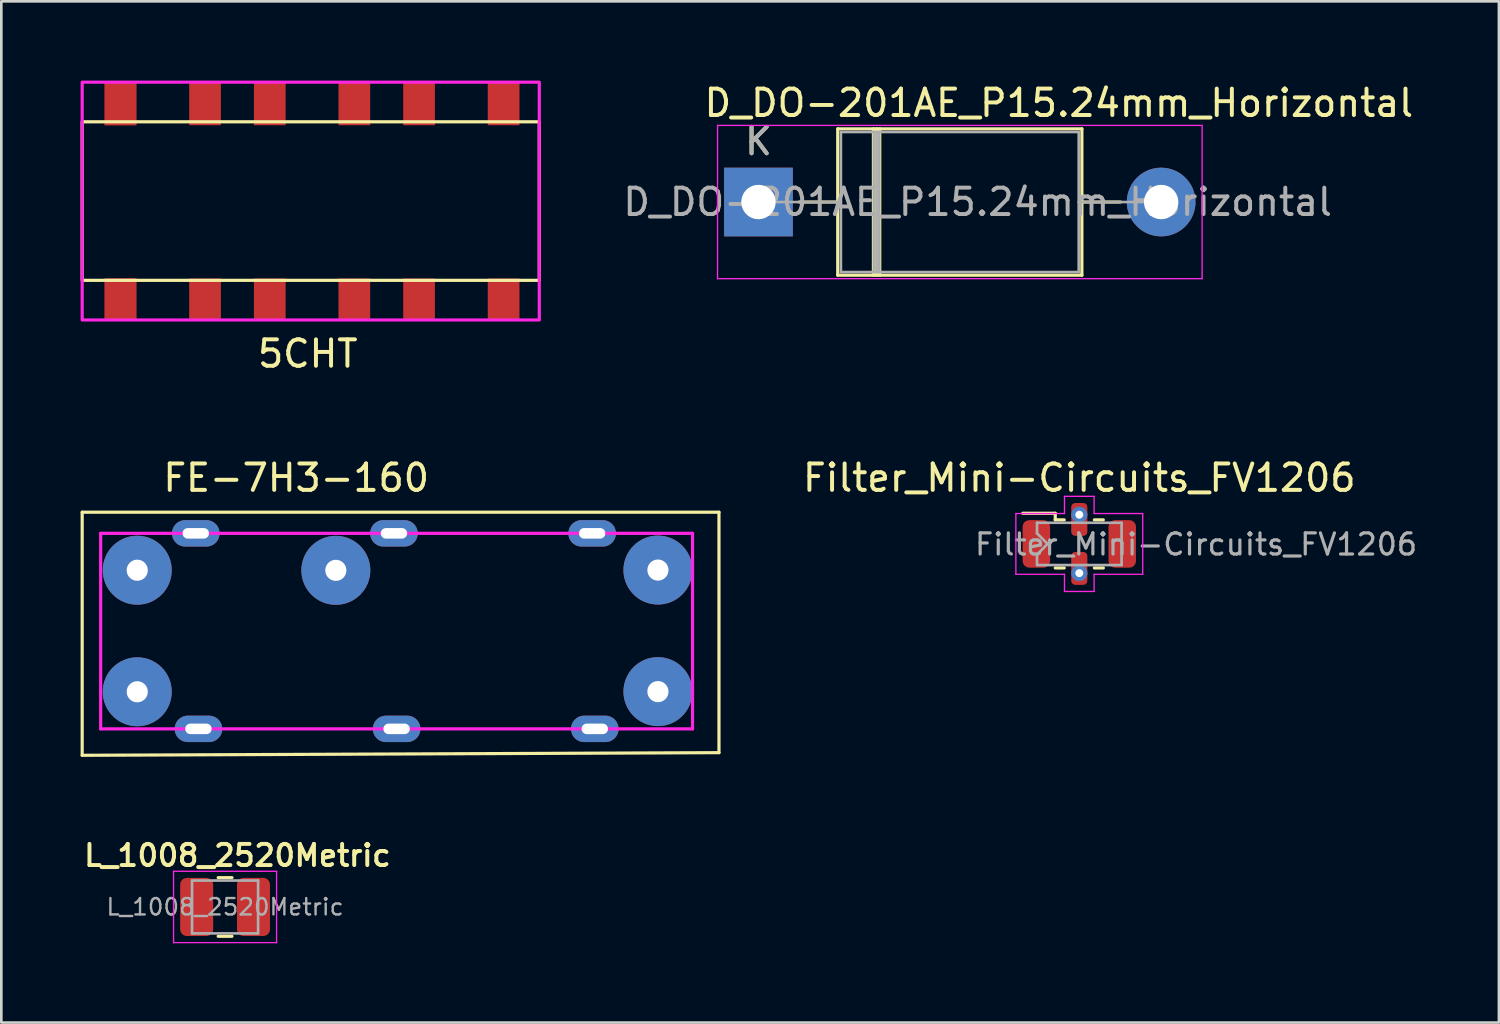
<source format=kicad_pcb>
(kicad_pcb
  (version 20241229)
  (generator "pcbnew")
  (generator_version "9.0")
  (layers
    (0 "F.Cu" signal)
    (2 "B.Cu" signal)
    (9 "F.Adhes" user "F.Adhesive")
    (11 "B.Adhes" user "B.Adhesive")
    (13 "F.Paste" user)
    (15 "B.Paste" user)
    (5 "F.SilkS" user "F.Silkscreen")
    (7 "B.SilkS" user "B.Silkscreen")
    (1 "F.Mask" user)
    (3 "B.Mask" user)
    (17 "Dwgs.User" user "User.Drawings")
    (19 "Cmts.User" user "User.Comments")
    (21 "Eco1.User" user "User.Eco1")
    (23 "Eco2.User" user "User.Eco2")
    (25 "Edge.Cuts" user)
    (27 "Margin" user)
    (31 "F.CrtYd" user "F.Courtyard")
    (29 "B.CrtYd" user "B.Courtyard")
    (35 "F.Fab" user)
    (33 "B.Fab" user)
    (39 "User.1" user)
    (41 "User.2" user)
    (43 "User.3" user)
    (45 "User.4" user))
  (footprint "5CHT"
    (layer "F.Cu")
    (at 8.76 4.56)
    (property "Reference" "5CHT" (at -0.162 5.778 180) (layer "F.SilkS") (effects (font (size 1 1) (thickness 0.15))))
    (attr through_hole)
    (fp_rect (start -8.7 -3) (end 8.6 3) (stroke (width 0.12) (type solid)) (fill no) (layer "F.SilkS"))
    (fp_rect (start -8.7 -4.5) (end 8.6 4.5) (stroke (width 0.12) (type solid)) (fill no) (layer "F.CrtYd"))
    (pad "1" smd rect (at -7.25 -3.67) (size 1.2 1.6) (layers "F.Cu" "F.Mask" "F.Paste"))
    (pad "1" smd rect (at -7.25 -3.67) (size 1.2 1.6) (layers "F.Cu" "F.Mask" "F.Paste"))
    (pad "2" smd rect (at -7.25 3.73) (size 1.2 1.6) (layers "F.Cu" "F.Mask" "F.Paste"))
    (pad "2" smd rect (at -7.25 3.73) (size 1.2 1.6) (layers "F.Cu" "F.Mask" "F.Paste"))
    (pad "7" smd rect (at 7.25 3.73) (size 1.2 1.6) (layers "F.Cu" "F.Mask" "F.Paste"))
    (pad "8" smd rect (at 7.25 -3.67) (size 1.2 1.6) (layers "F.Cu" "F.Mask" "F.Paste"))
    (pad "GND" smd rect (at -4.05 -3.67) (size 1.2 1.6) (layers "F.Cu" "F.Mask" "F.Paste"))
    (pad "GND" smd rect (at -4.05 3.73) (size 1.2 1.6) (layers "F.Cu" "F.Mask" "F.Paste"))
    (pad "GND" smd rect (at -1.6 -3.67) (size 1.2 1.6) (layers "F.Cu" "F.Mask" "F.Paste"))
    (pad "GND" smd rect (at -1.6 3.73) (size 1.2 1.6) (layers "F.Cu" "F.Mask" "F.Paste"))
    (pad "GND" smd rect (at 1.6 -3.67) (size 1.2 1.6) (layers "F.Cu" "F.Mask" "F.Paste"))
    (pad "GND" smd rect (at 1.6 3.73) (size 1.2 1.6) (layers "F.Cu" "F.Mask" "F.Paste"))
    (pad "GND" smd rect (at 4.05 -3.67) (size 1.2 1.6) (layers "F.Cu" "F.Mask" "F.Paste"))
    (pad "GND" smd rect (at 4.05 3.73) (size 1.2 1.6) (layers "F.Cu" "F.Mask" "F.Paste")))
  (footprint "L_1008_2520Metric"
    (layer "F.Cu")
    (at 5.468 31.275)
    (property "Reference" "L_1008_2520Metric" (at 0.468 -1.949 0) (layer "F.SilkS") (effects (font (size 0.8 0.8) (thickness 0.15))))
    (attr smd)
    (fp_line (start -0.261 -1.11) (end 0.261 -1.11) (stroke (width 0.12) (type solid)) (layer "F.SilkS"))
    (fp_line (start -0.261 1.11) (end 0.261 1.11) (stroke (width 0.12) (type solid)) (layer "F.SilkS"))
    (fp_line (start -1.95 -1.35) (end 1.95 -1.35) (stroke (width 0.05) (type solid)) (layer "F.CrtYd"))
    (fp_line (start -1.95 1.35) (end -1.95 -1.35) (stroke (width 0.05) (type solid)) (layer "F.CrtYd"))
    (fp_line (start 1.95 -1.35) (end 1.95 1.35) (stroke (width 0.05) (type solid)) (layer "F.CrtYd"))
    (fp_line (start 1.95 1.35) (end -1.95 1.35) (stroke (width 0.05) (type solid)) (layer "F.CrtYd"))
    (fp_line (start -1.25 -1) (end 1.25 -1) (stroke (width 0.1) (type solid)) (layer "F.Fab"))
    (fp_line (start -1.25 1) (end -1.25 -1) (stroke (width 0.1) (type solid)) (layer "F.Fab"))
    (fp_line (start 1.25 -1) (end 1.25 1) (stroke (width 0.1) (type solid)) (layer "F.Fab"))
    (fp_line (start 1.25 1) (end -1.25 1) (stroke (width 0.1) (type solid)) (layer "F.Fab"))
    (fp_text user "${REFERENCE}" (at 0 0 0) (layer "F.Fab") (effects (font (size 0.62 0.62) (thickness 0.09))))
    (pad "1" smd roundrect (at -1.075 0) (size 1.25 2.2) (layers "F.Cu" "F.Mask" "F.Paste") (roundrect_rratio 0.2))
    (pad "2" smd roundrect (at 1.075 0) (size 1.25 2.2) (layers "F.Cu" "F.Mask" "F.Paste") (roundrect_rratio 0.2)))
  (footprint "Filter_Mini-Circuits_FV1206"
    (placed yes)
    (layer "F.Cu")
    (at 37.797 17.535)
    (property "Reference" "Filter_Mini-Circuits_FV1206" (at 0 -2.5 180) (layer "F.SilkS") (effects (font (size 1 1) (thickness 0.15))))
    (attr smd)
    (fp_line (start -0.91 -1.16) (end -2.14 -1.16) (stroke (width 0.12) (type solid)) (layer "F.SilkS"))
    (fp_line (start -0.91 -0.91) (end -0.91 -1.16) (stroke (width 0.12) (type solid)) (layer "F.SilkS"))
    (fp_line (start -0.91 -0.91) (end -0.57 -0.91) (stroke (width 0.12) (type solid)) (layer "F.SilkS"))
    (fp_line (start -0.91 0.91) (end -0.57 0.91) (stroke (width 0.12) (type solid)) (layer "F.SilkS"))
    (fp_line (start 0.57 -0.91) (end 0.91 -0.91) (stroke (width 0.12) (type solid)) (layer "F.SilkS"))
    (fp_line (start 0.57 0.91) (end 0.91 0.91) (stroke (width 0.12) (type solid)) (layer "F.SilkS"))
    (fp_line (start -2.4 -1.15) (end -2.4 1.15) (stroke (width 0.05) (type solid)) (layer "F.CrtYd"))
    (fp_line (start -2.4 1.15) (end -0.56 1.15) (stroke (width 0.05) (type solid)) (layer "F.CrtYd"))
    (fp_line (start -0.56 -1.15) (end -2.4 -1.15) (stroke (width 0.05) (type solid)) (layer "F.CrtYd"))
    (fp_line (start -0.56 -1.15) (end -0.56 -1.8) (stroke (width 0.05) (type solid)) (layer "F.CrtYd"))
    (fp_line (start -0.56 1.8) (end -0.56 1.15) (stroke (width 0.05) (type solid)) (layer "F.CrtYd"))
    (fp_line (start 0.56 -1.8) (end -0.56 -1.8) (stroke (width 0.05) (type solid)) (layer "F.CrtYd"))
    (fp_line (start 0.56 -1.15) (end 0.56 -1.8) (stroke (width 0.05) (type solid)) (layer "F.CrtYd"))
    (fp_line (start 0.56 -1.15) (end 2.4 -1.15) (stroke (width 0.05) (type solid)) (layer "F.CrtYd"))
    (fp_line (start 0.56 1.8) (end -0.56 1.8) (stroke (width 0.05) (type solid)) (layer "F.CrtYd"))
    (fp_line (start 0.56 1.8) (end 0.56 1.15) (stroke (width 0.05) (type solid)) (layer "F.CrtYd"))
    (fp_line (start 2.4 -1.15) (end 2.4 1.15) (stroke (width 0.05) (type solid)) (layer "F.CrtYd"))
    (fp_line (start 2.4 1.15) (end 0.56 1.15) (stroke (width 0.05) (type solid)) (layer "F.CrtYd"))
    (fp_line (start -1.6 -0.8) (end -1.6 -0.4) (stroke (width 0.1) (type solid)) (layer "F.Fab"))
    (fp_line (start -1.6 -0.8) (end 1.6 -0.8) (stroke (width 0.1) (type solid)) (layer "F.Fab"))
    (fp_line (start -1.6 0.8) (end -1.6 0.4) (stroke (width 0.1) (type solid)) (layer "F.Fab"))
    (fp_line (start -1.2 0) (end -1.6 -0.4) (stroke (width 0.1) (type solid)) (layer "F.Fab"))
    (fp_line (start -1.2 0) (end -1.6 0.4) (stroke (width 0.1) (type solid)) (layer "F.Fab"))
    (fp_line (start 1.6 -0.8) (end 1.6 0.8) (stroke (width 0.1) (type solid)) (layer "F.Fab"))
    (fp_line (start 1.6 0.8) (end -1.6 0.8) (stroke (width 0.1) (type solid)) (layer "F.Fab"))
    (fp_text user "${REFERENCE}" (at 4.419 0.018 180) (layer "F.Fab") (effects (font (size 0.8 0.8) (thickness 0.12))))
    (pad "1" smd roundrect (at -1.625 0) (size 1.04 1.8) (layers "F.Cu" "F.Mask" "F.Paste") (roundrect_rratio 0.24))
    (pad "2" smd roundrect (at 0 0.927) (size 0.61 1.245) (layers "F.Cu" "F.Mask" "F.Paste") (roundrect_rratio 0.25))
    (pad "2" thru_hole circle (at 0 1.105) (size 0.61 0.61) (drill 0.3) (layers "*.Cu" "*.Mask"))
    (pad "3" smd roundrect (at 1.625 0) (size 1.04 1.8) (layers "F.Cu" "F.Mask" "F.Paste") (roundrect_rratio 0.24))
    (pad "4" thru_hole circle (at 0 -1.105) (size 0.61 0.61) (drill 0.3) (layers "*.Cu" "*.Mask"))
    (pad "4" smd roundrect (at 0 -0.927) (size 0.61 1.245) (layers "F.Cu" "F.Mask" "F.Paste") (roundrect_rratio 0.25)))
  (footprint "FE-7H3-160"
    (placed yes)
    (layer "F.Cu")
    (at 11.044 20.631)
    (property "Reference" "FE-7H3-160" (at -2.884 -5.596 0) (layer "F.SilkS") (effects (font (size 1 1) (thickness 0.15))))
    (attr through_hole)
    (fp_line (start -10.984 -4.296) (end -10.984 4.904) (stroke (width 0.12) (type solid)) (layer "F.SilkS"))
    (fp_line (start -10.984 4.904) (end 13.116 4.804) (stroke (width 0.12) (type solid)) (layer "F.SilkS"))
    (fp_line (start 13.116 -4.296) (end -10.984 -4.296) (stroke (width 0.12) (type solid)) (layer "F.SilkS"))
    (fp_line (start 13.116 4.804) (end 13.116 -4.296) (stroke (width 0.12) (type solid)) (layer "F.SilkS"))
    (fp_line (start -10.284 -3.496) (end 12.116 -3.496) (stroke (width 0.12) (type solid)) (layer "F.CrtYd"))
    (fp_line (start -10.284 3.904) (end -10.284 -3.496) (stroke (width 0.12) (type solid)) (layer "F.CrtYd"))
    (fp_line (start 12.116 -3.496) (end 12.116 3.904) (stroke (width 0.12) (type solid)) (layer "F.CrtYd"))
    (fp_line (start 12.116 3.904) (end -10.284 3.904) (stroke (width 0.12) (type solid)) (layer "F.CrtYd"))
    (pad "1" thru_hole circle (at -8.9 2.5 180) (size 2.61 2.61) (drill 0.8) (layers "*.Cu" "*.Mask"))
    (pad "2" thru_hole circle (at 10.806 2.494 180) (size 2.61 2.61) (drill 0.8) (layers "*.Cu" "*.Mask"))
    (pad "3" thru_hole circle (at 10.806 -2.106 180) (size 2.61 2.61) (drill 0.8) (layers "*.Cu" "*.Mask"))
    (pad "5" thru_hole circle (at -8.9 -2.1 180) (size 2.61 2.61) (drill 0.8) (layers "*.Cu" "*.Mask"))
    (pad "GND" thru_hole oval (at -6.684 -3.496 180) (size 1.8 1) (drill oval 1 0.4) (layers "*.Cu" "*.Mask"))
    (pad "GND" thru_hole oval (at -6.584 3.904 180) (size 1.8 1) (drill oval 1 0.4) (layers "*.Cu" "*.Mask"))
    (pad "GND" thru_hole circle (at -1.384 -2.096 180) (size 2.61 2.61) (drill 0.8) (layers "*.Cu" "*.Mask"))
    (pad "GND" thru_hole oval (at 0.816 -3.496 180) (size 1.8 1) (drill oval 1 0.4) (layers "*.Cu" "*.Mask"))
    (pad "GND" thru_hole oval (at 0.916 3.904 180) (size 1.8 1) (drill oval 1 0.4) (layers "*.Cu" "*.Mask"))
    (pad "GND" thru_hole oval (at 8.316 -3.496 180) (size 1.8 1) (drill oval 1 0.4) (layers "*.Cu" "*.Mask"))
    (pad "GND" thru_hole oval (at 8.416 3.904 180) (size 1.8 1) (drill oval 1 0.4) (layers "*.Cu" "*.Mask")))
  (footprint "D_DO-201AE_P15.24mm_Horizontal"
    (layer "F.Cu")
    (at 25.655 4.596)
    (property "Reference" "D_DO-201AE_P15.24mm_Horizontal" (at 11.368 -3.748 180) (layer "F.SilkS") (effects (font (size 1 1) (thickness 0.15))))
    (attr through_hole)
    (fp_line (start 1.54 0) (end 3 0) (stroke (width 0.12) (type solid)) (layer "F.SilkS"))
    (fp_line (start 3 -2.77) (end 3 2.77) (stroke (width 0.12) (type solid)) (layer "F.SilkS"))
    (fp_line (start 3 2.77) (end 12.24 2.77) (stroke (width 0.12) (type solid)) (layer "F.SilkS"))
    (fp_line (start 4.35 -2.77) (end 4.35 2.77) (stroke (width 0.12) (type solid)) (layer "F.SilkS"))
    (fp_line (start 4.47 -2.77) (end 4.47 2.77) (stroke (width 0.12) (type solid)) (layer "F.SilkS"))
    (fp_line (start 4.59 -2.77) (end 4.59 2.77) (stroke (width 0.12) (type solid)) (layer "F.SilkS"))
    (fp_line (start 12.24 -2.77) (end 3 -2.77) (stroke (width 0.12) (type solid)) (layer "F.SilkS"))
    (fp_line (start 12.24 2.77) (end 12.24 -2.77) (stroke (width 0.12) (type solid)) (layer "F.SilkS"))
    (fp_line (start 13.7 0) (end 12.24 0) (stroke (width 0.12) (type solid)) (layer "F.SilkS"))
    (fp_line (start -1.55 -2.9) (end -1.55 2.9) (stroke (width 0.05) (type solid)) (layer "F.CrtYd"))
    (fp_line (start -1.55 2.9) (end 16.79 2.9) (stroke (width 0.05) (type solid)) (layer "F.CrtYd"))
    (fp_line (start 16.79 -2.9) (end -1.55 -2.9) (stroke (width 0.05) (type solid)) (layer "F.CrtYd"))
    (fp_line (start 16.79 2.9) (end 16.79 -2.9) (stroke (width 0.05) (type solid)) (layer "F.CrtYd"))
    (fp_line (start 0 0) (end 3.12 0) (stroke (width 0.1) (type solid)) (layer "F.Fab"))
    (fp_line (start 3.12 -2.65) (end 3.12 2.65) (stroke (width 0.1) (type solid)) (layer "F.Fab"))
    (fp_line (start 3.12 2.65) (end 12.12 2.65) (stroke (width 0.1) (type solid)) (layer "F.Fab"))
    (fp_line (start 4.37 -2.65) (end 4.37 2.65) (stroke (width 0.1) (type solid)) (layer "F.Fab"))
    (fp_line (start 4.47 -2.65) (end 4.47 2.65) (stroke (width 0.1) (type solid)) (layer "F.Fab"))
    (fp_line (start 4.57 -2.65) (end 4.57 2.65) (stroke (width 0.1) (type solid)) (layer "F.Fab"))
    (fp_line (start 12.12 -2.65) (end 3.12 -2.65) (stroke (width 0.1) (type solid)) (layer "F.Fab"))
    (fp_line (start 12.12 2.65) (end 12.12 -2.65) (stroke (width 0.1) (type solid)) (layer "F.Fab"))
    (fp_line (start 15.24 0) (end 12.12 0) (stroke (width 0.1) (type solid)) (layer "F.Fab"))
    (fp_text user "K" (at 0 -2.3 180) (layer "F.SilkS") (effects (font (size 1 1) (thickness 0.15))))
    (fp_text user "K" (at 0 -2.3 180) (layer "F.Fab") (effects (font (size 1 1) (thickness 0.15))))
    (fp_text user "${REFERENCE}" (at 8.295 0 180) (layer "F.Fab") (effects (font (size 1 1) (thickness 0.15))))
    (pad "1" thru_hole rect (at 0 0) (size 2.6 2.6) (drill 1.3) (layers "*.Cu" "*.Mask"))
    (pad "2" thru_hole oval (at 15.24 0) (size 2.6 2.6) (drill 1.3) (layers "*.Cu" "*.Mask")))
  (gr_rect
    (start -3 -3)
    (end 53.678 35.65)
    (stroke (width 0.1) (type default))
    (fill no)
    (layer "Edge.Cuts")))
</source>
